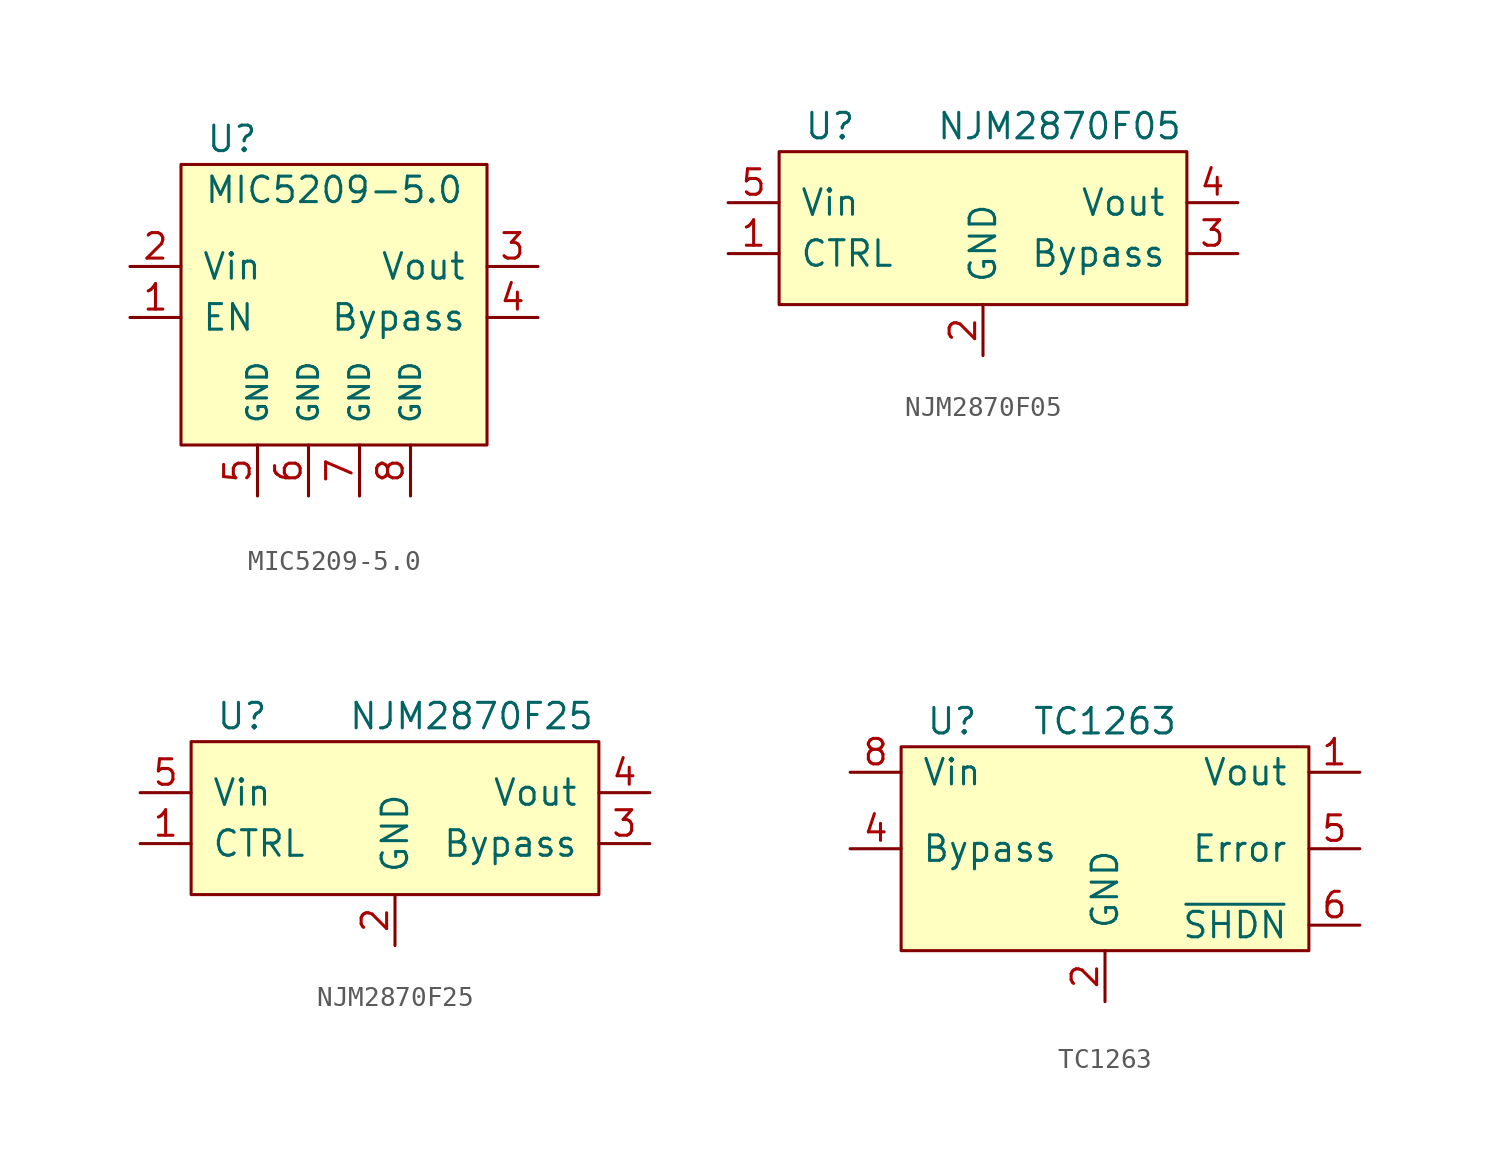
<source format=kicad_sym>
(kicad_symbol_lib
  (version 20211014)
  (generator kicad_symbol_editor)
  (symbol "MIC5209-5.0"
    (pin_names
      (offset 1.016))
    (property "Reference" "U"
      (at -5.08 7.62 0)
      (effects (font (size 1.27 1.27))))
    (property "Value" "MIC5209-5.0"
      (at 0 5.08 0)
      (effects (font (size 1.27 1.27))))
    (symbol "MIC5209-5.0_0_1"
      (rectangle (start -7.62 6.35) (end 7.62 -7.62) (stroke (width 0) (type default) (color 0 0 0 0)) (fill (type background))))
    (symbol "MIC5209-5.0_1_1"
      (pin input line (at -10.16 -1.27 0) (length 2.54) (name "EN" (effects (font (size 1.27 1.27)))) (number "1" (effects (font (size 1.27 1.27)))))
      (pin power_in line (at -10.16 1.27 0) (length 2.54) (name "Vin" (effects (font (size 1.27 1.27)))) (number "2" (effects (font (size 1.27 1.27)))))
      (pin power_out line (at 10.16 1.27 180) (length 2.54) (name "Vout" (effects (font (size 1.27 1.27)))) (number "3" (effects (font (size 1.27 1.27)))))
      (pin passive line (at 10.16 -1.27 180) (length 2.54) (name "Bypass" (effects (font (size 1.27 1.27)))) (number "4" (effects (font (size 1.27 1.27)))))
      (pin passive line (at -3.81 -10.16 90) (length 2.54) (name "GND" (effects (font (size 0.991 0.991)))) (number "5" (effects (font (size 1.27 1.27)))))
      (pin passive line (at -1.27 -10.16 90) (length 2.54) (name "GND" (effects (font (size 0.991 0.991)))) (number "6" (effects (font (size 1.27 1.27)))))
      (pin passive line (at 1.27 -10.16 90) (length 2.54) (name "GND" (effects (font (size 0.991 0.991)))) (number "7" (effects (font (size 1.27 1.27)))))
      (pin passive line (at 3.81 -10.16 90) (length 2.54) (name "GND" (effects (font (size 0.991 0.991)))) (number "8" (effects (font (size 1.27 1.27)))))))
  (symbol "NJM2870F05"
    (pin_names
      (offset 1.016))
    (property "Reference" "U"
      (at -7.62 5.08 0)
      (effects (font (size 1.27 1.27))))
    (property "Value" "NJM2870F05"
      (at 3.81 5.08 0)
      (effects (font (size 1.27 1.27))))
    (symbol "NJM2870F05_0_1"
      (rectangle (start -10.16 3.81) (end 10.16 -3.81) (stroke (width 0) (type default) (color 0 0 0 0)) (fill (type background))))
    (symbol "NJM2870F05_1_1"
      (pin input line (at -12.7 -1.27 0) (length 2.54) (name "CTRL" (effects (font (size 1.27 1.27)))) (number "1" (effects (font (size 1.27 1.27)))))
      (pin power_in line (at 0 -6.35 90) (length 2.54) (name "GND" (effects (font (size 1.27 1.27)))) (number "2" (effects (font (size 1.27 1.27)))))
      (pin passive line (at 12.7 -1.27 180) (length 2.54) (name "Bypass" (effects (font (size 1.27 1.27)))) (number "3" (effects (font (size 1.27 1.27)))))
      (pin power_out line (at 12.7 1.27 180) (length 2.54) (name "Vout" (effects (font (size 1.27 1.27)))) (number "4" (effects (font (size 1.27 1.27)))))
      (pin power_in line (at -12.7 1.27 0) (length 2.54) (name "Vin" (effects (font (size 1.27 1.27)))) (number "5" (effects (font (size 1.27 1.27)))))))
  (symbol "NJM2870F25"
    (pin_names
      (offset 1.016))
    (property "Reference" "U"
      (at -7.62 5.08 0)
      (effects (font (size 1.27 1.27))))
    (property "Value" "NJM2870F25"
      (at 3.81 5.08 0)
      (effects (font (size 1.27 1.27))))
    (symbol "NJM2870F25_0_1"
      (rectangle (start -10.16 3.81) (end 10.16 -3.81) (stroke (width 0) (type default) (color 0 0 0 0)) (fill (type background))))
    (symbol "NJM2870F25_1_1"
      (pin input line (at -12.7 -1.27 0) (length 2.54) (name "CTRL" (effects (font (size 1.27 1.27)))) (number "1" (effects (font (size 1.27 1.27)))))
      (pin power_in line (at 0 -6.35 90) (length 2.54) (name "GND" (effects (font (size 1.27 1.27)))) (number "2" (effects (font (size 1.27 1.27)))))
      (pin passive line (at 12.7 -1.27 180) (length 2.54) (name "Bypass" (effects (font (size 1.27 1.27)))) (number "3" (effects (font (size 1.27 1.27)))))
      (pin power_out line (at 12.7 1.27 180) (length 2.54) (name "Vout" (effects (font (size 1.27 1.27)))) (number "4" (effects (font (size 1.27 1.27)))))
      (pin power_in line (at -12.7 1.27 0) (length 2.54) (name "Vin" (effects (font (size 1.27 1.27)))) (number "5" (effects (font (size 1.27 1.27)))))))
  (symbol "TC1263"
    (pin_names
      (offset 1.016))
    (property "Reference" "U"
      (at -7.62 6.35 0)
      (effects (font (size 1.27 1.27))))
    (property "Value" "TC1263"
      (at 0 6.35 0)
      (effects (font (size 1.27 1.27))))
    (symbol "TC1263_0_1"
      (rectangle (start -10.16 5.08) (end 10.16 -5.08) (stroke (width 0) (type default) (color 0 0 0 0)) (fill (type background))))
    (symbol "TC1263_1_1"
      (pin power_out line (at 12.7 3.81 180) (length 2.54) (name "Vout" (effects (font (size 1.27 1.27)))) (number "1" (effects (font (size 1.27 1.27)))))
      (pin power_in line (at 0 -7.62 90) (length 2.54) (name "GND" (effects (font (size 1.27 1.27)))) (number "2" (effects (font (size 1.27 1.27)))))
      (pin no_connect line (at -7.62 -7.62 90) (length 2.54) hide (name "NC" (effects (font (size 1.27 1.27)))) (number "3" (effects (font (size 1.27 1.27)))))
      (pin passive line (at -12.7 0 0) (length 2.54) (name "Bypass" (effects (font (size 1.27 1.27)))) (number "4" (effects (font (size 1.27 1.27)))))
      (pin open_collector line (at 12.7 0 180) (length 2.54) (name "Error" (effects (font (size 1.27 1.27)))) (number "5" (effects (font (size 1.27 1.27)))))
      (pin input line (at 12.7 -3.81 180) (length 2.54) (name "~{SHDN}" (effects (font (size 1.27 1.27)))) (number "6" (effects (font (size 1.27 1.27)))))
      (pin no_connect line (at -5.08 -7.62 90) (length 2.54) hide (name "NC" (effects (font (size 1.27 1.27)))) (number "7" (effects (font (size 1.27 1.27)))))
      (pin power_in line (at -12.7 3.81 0) (length 2.54) (name "Vin" (effects (font (size 1.27 1.27)))) (number "8" (effects (font (size 1.27 1.27))))))))
</source>
